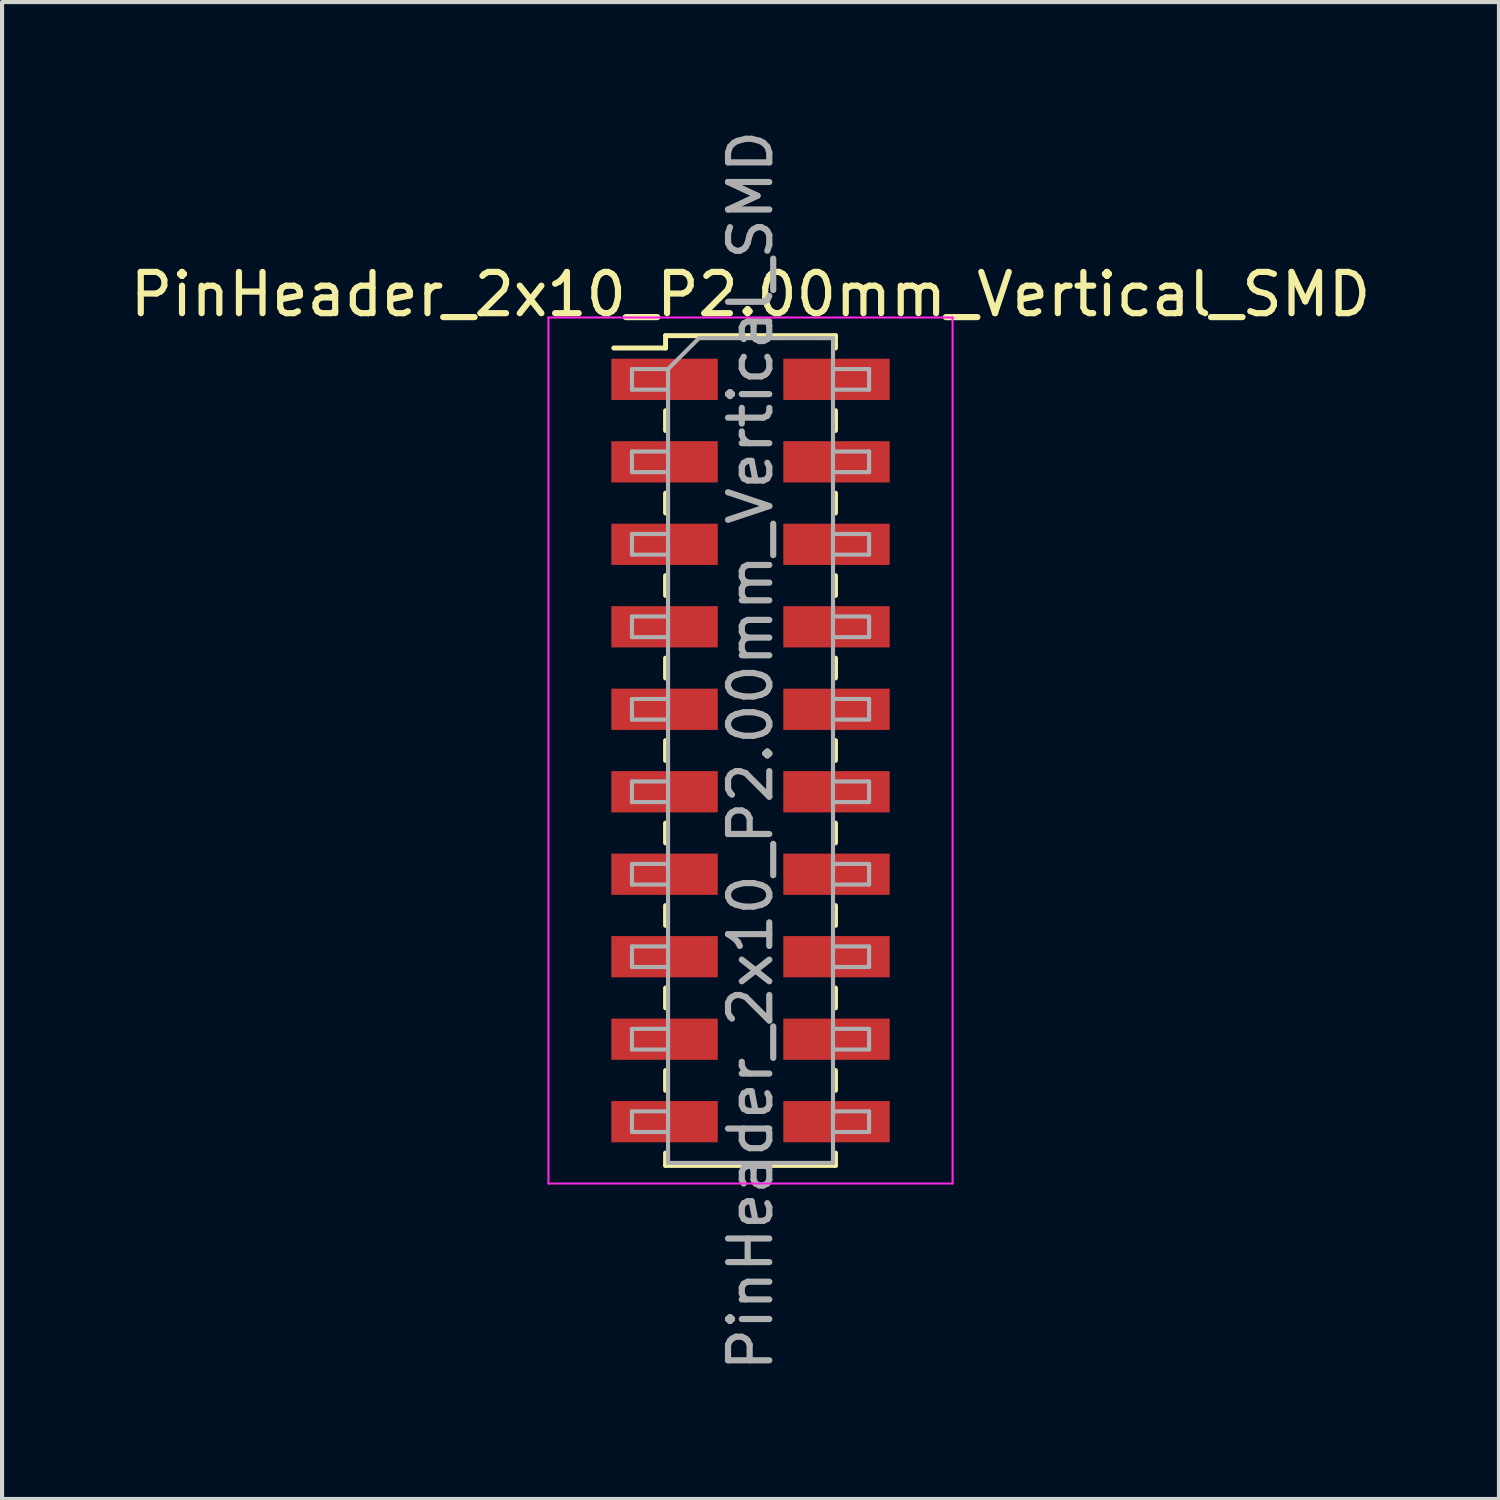
<source format=kicad_pcb>
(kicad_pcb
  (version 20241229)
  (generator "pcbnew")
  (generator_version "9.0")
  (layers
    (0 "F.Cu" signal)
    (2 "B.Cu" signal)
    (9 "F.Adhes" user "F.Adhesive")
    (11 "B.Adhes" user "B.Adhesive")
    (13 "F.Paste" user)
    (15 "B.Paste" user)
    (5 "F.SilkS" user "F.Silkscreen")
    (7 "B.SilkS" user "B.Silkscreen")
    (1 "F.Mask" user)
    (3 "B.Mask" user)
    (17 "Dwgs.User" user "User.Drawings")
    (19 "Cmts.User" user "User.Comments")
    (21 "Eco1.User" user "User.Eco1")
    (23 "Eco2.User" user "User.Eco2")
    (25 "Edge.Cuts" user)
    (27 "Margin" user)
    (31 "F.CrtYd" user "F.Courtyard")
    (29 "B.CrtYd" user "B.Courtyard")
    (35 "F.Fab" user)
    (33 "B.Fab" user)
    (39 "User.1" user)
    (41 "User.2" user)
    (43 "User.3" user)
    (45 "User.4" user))
  (footprint "PinHeader_2x10_P2.00mm_Vertical_SMD"
    (layer "F.Cu")
    (at 15.149 15.149)
    (property "Reference" "PinHeader_2x10_P2.00mm_Vertical_SMD" (at 0 -11.06 0) (layer "F.SilkS") (effects (font (size 1 1) (thickness 0.15))))
    (attr smd)
    (fp_line (start -3.315 -9.76) (end -2.06 -9.76) (stroke (width 0.12) (type solid)) (layer "F.SilkS"))
    (fp_line (start -2.06 -10.06) (end -2.06 -9.76) (stroke (width 0.12) (type solid)) (layer "F.SilkS"))
    (fp_line (start -2.06 -10.06) (end 2.06 -10.06) (stroke (width 0.12) (type solid)) (layer "F.SilkS"))
    (fp_line (start -2.06 -8.24) (end -2.06 -7.76) (stroke (width 0.12) (type solid)) (layer "F.SilkS"))
    (fp_line (start -2.06 -6.24) (end -2.06 -5.76) (stroke (width 0.12) (type solid)) (layer "F.SilkS"))
    (fp_line (start -2.06 -4.24) (end -2.06 -3.76) (stroke (width 0.12) (type solid)) (layer "F.SilkS"))
    (fp_line (start -2.06 -2.24) (end -2.06 -1.76) (stroke (width 0.12) (type solid)) (layer "F.SilkS"))
    (fp_line (start -2.06 -0.24) (end -2.06 0.24) (stroke (width 0.12) (type solid)) (layer "F.SilkS"))
    (fp_line (start -2.06 1.76) (end -2.06 2.24) (stroke (width 0.12) (type solid)) (layer "F.SilkS"))
    (fp_line (start -2.06 3.76) (end -2.06 4.24) (stroke (width 0.12) (type solid)) (layer "F.SilkS"))
    (fp_line (start -2.06 5.76) (end -2.06 6.24) (stroke (width 0.12) (type solid)) (layer "F.SilkS"))
    (fp_line (start -2.06 7.76) (end -2.06 8.24) (stroke (width 0.12) (type solid)) (layer "F.SilkS"))
    (fp_line (start -2.06 9.76) (end -2.06 10.06) (stroke (width 0.12) (type solid)) (layer "F.SilkS"))
    (fp_line (start -2.06 10.06) (end 2.06 10.06) (stroke (width 0.12) (type solid)) (layer "F.SilkS"))
    (fp_line (start 2.06 -10.06) (end 2.06 -9.76) (stroke (width 0.12) (type solid)) (layer "F.SilkS"))
    (fp_line (start 2.06 -8.24) (end 2.06 -7.76) (stroke (width 0.12) (type solid)) (layer "F.SilkS"))
    (fp_line (start 2.06 -6.24) (end 2.06 -5.76) (stroke (width 0.12) (type solid)) (layer "F.SilkS"))
    (fp_line (start 2.06 -4.24) (end 2.06 -3.76) (stroke (width 0.12) (type solid)) (layer "F.SilkS"))
    (fp_line (start 2.06 -2.24) (end 2.06 -1.76) (stroke (width 0.12) (type solid)) (layer "F.SilkS"))
    (fp_line (start 2.06 -0.24) (end 2.06 0.24) (stroke (width 0.12) (type solid)) (layer "F.SilkS"))
    (fp_line (start 2.06 1.76) (end 2.06 2.24) (stroke (width 0.12) (type solid)) (layer "F.SilkS"))
    (fp_line (start 2.06 3.76) (end 2.06 4.24) (stroke (width 0.12) (type solid)) (layer "F.SilkS"))
    (fp_line (start 2.06 5.76) (end 2.06 6.24) (stroke (width 0.12) (type solid)) (layer "F.SilkS"))
    (fp_line (start 2.06 7.76) (end 2.06 8.24) (stroke (width 0.12) (type solid)) (layer "F.SilkS"))
    (fp_line (start 2.06 9.76) (end 2.06 10.06) (stroke (width 0.12) (type solid)) (layer "F.SilkS"))
    (fp_line (start -4.9 -10.5) (end -4.9 10.5) (stroke (width 0.05) (type solid)) (layer "F.CrtYd"))
    (fp_line (start -4.9 10.5) (end 4.9 10.5) (stroke (width 0.05) (type solid)) (layer "F.CrtYd"))
    (fp_line (start 4.9 -10.5) (end -4.9 -10.5) (stroke (width 0.05) (type solid)) (layer "F.CrtYd"))
    (fp_line (start 4.9 10.5) (end 4.9 -10.5) (stroke (width 0.05) (type solid)) (layer "F.CrtYd"))
    (fp_line (start -2.875 -9.25) (end -2.875 -8.75) (stroke (width 0.1) (type solid)) (layer "F.Fab"))
    (fp_line (start -2.875 -8.75) (end -2 -8.75) (stroke (width 0.1) (type solid)) (layer "F.Fab"))
    (fp_line (start -2.875 -7.25) (end -2.875 -6.75) (stroke (width 0.1) (type solid)) (layer "F.Fab"))
    (fp_line (start -2.875 -6.75) (end -2 -6.75) (stroke (width 0.1) (type solid)) (layer "F.Fab"))
    (fp_line (start -2.875 -5.25) (end -2.875 -4.75) (stroke (width 0.1) (type solid)) (layer "F.Fab"))
    (fp_line (start -2.875 -4.75) (end -2 -4.75) (stroke (width 0.1) (type solid)) (layer "F.Fab"))
    (fp_line (start -2.875 -3.25) (end -2.875 -2.75) (stroke (width 0.1) (type solid)) (layer "F.Fab"))
    (fp_line (start -2.875 -2.75) (end -2 -2.75) (stroke (width 0.1) (type solid)) (layer "F.Fab"))
    (fp_line (start -2.875 -1.25) (end -2.875 -0.75) (stroke (width 0.1) (type solid)) (layer "F.Fab"))
    (fp_line (start -2.875 -0.75) (end -2 -0.75) (stroke (width 0.1) (type solid)) (layer "F.Fab"))
    (fp_line (start -2.875 0.75) (end -2.875 1.25) (stroke (width 0.1) (type solid)) (layer "F.Fab"))
    (fp_line (start -2.875 1.25) (end -2 1.25) (stroke (width 0.1) (type solid)) (layer "F.Fab"))
    (fp_line (start -2.875 2.75) (end -2.875 3.25) (stroke (width 0.1) (type solid)) (layer "F.Fab"))
    (fp_line (start -2.875 3.25) (end -2 3.25) (stroke (width 0.1) (type solid)) (layer "F.Fab"))
    (fp_line (start -2.875 4.75) (end -2.875 5.25) (stroke (width 0.1) (type solid)) (layer "F.Fab"))
    (fp_line (start -2.875 5.25) (end -2 5.25) (stroke (width 0.1) (type solid)) (layer "F.Fab"))
    (fp_line (start -2.875 6.75) (end -2.875 7.25) (stroke (width 0.1) (type solid)) (layer "F.Fab"))
    (fp_line (start -2.875 7.25) (end -2 7.25) (stroke (width 0.1) (type solid)) (layer "F.Fab"))
    (fp_line (start -2.875 8.75) (end -2.875 9.25) (stroke (width 0.1) (type solid)) (layer "F.Fab"))
    (fp_line (start -2.875 9.25) (end -2 9.25) (stroke (width 0.1) (type solid)) (layer "F.Fab"))
    (fp_line (start -2 -9.25) (end -2.875 -9.25) (stroke (width 0.1) (type solid)) (layer "F.Fab"))
    (fp_line (start -2 -9.25) (end -1.25 -10) (stroke (width 0.1) (type solid)) (layer "F.Fab"))
    (fp_line (start -2 -7.25) (end -2.875 -7.25) (stroke (width 0.1) (type solid)) (layer "F.Fab"))
    (fp_line (start -2 -5.25) (end -2.875 -5.25) (stroke (width 0.1) (type solid)) (layer "F.Fab"))
    (fp_line (start -2 -3.25) (end -2.875 -3.25) (stroke (width 0.1) (type solid)) (layer "F.Fab"))
    (fp_line (start -2 -1.25) (end -2.875 -1.25) (stroke (width 0.1) (type solid)) (layer "F.Fab"))
    (fp_line (start -2 0.75) (end -2.875 0.75) (stroke (width 0.1) (type solid)) (layer "F.Fab"))
    (fp_line (start -2 2.75) (end -2.875 2.75) (stroke (width 0.1) (type solid)) (layer "F.Fab"))
    (fp_line (start -2 4.75) (end -2.875 4.75) (stroke (width 0.1) (type solid)) (layer "F.Fab"))
    (fp_line (start -2 6.75) (end -2.875 6.75) (stroke (width 0.1) (type solid)) (layer "F.Fab"))
    (fp_line (start -2 8.75) (end -2.875 8.75) (stroke (width 0.1) (type solid)) (layer "F.Fab"))
    (fp_line (start -2 10) (end -2 -9.25) (stroke (width 0.1) (type solid)) (layer "F.Fab"))
    (fp_line (start -1.25 -10) (end 2 -10) (stroke (width 0.1) (type solid)) (layer "F.Fab"))
    (fp_line (start 2 -10) (end 2 10) (stroke (width 0.1) (type solid)) (layer "F.Fab"))
    (fp_line (start 2 -9.25) (end 2.875 -9.25) (stroke (width 0.1) (type solid)) (layer "F.Fab"))
    (fp_line (start 2 -7.25) (end 2.875 -7.25) (stroke (width 0.1) (type solid)) (layer "F.Fab"))
    (fp_line (start 2 -5.25) (end 2.875 -5.25) (stroke (width 0.1) (type solid)) (layer "F.Fab"))
    (fp_line (start 2 -3.25) (end 2.875 -3.25) (stroke (width 0.1) (type solid)) (layer "F.Fab"))
    (fp_line (start 2 -1.25) (end 2.875 -1.25) (stroke (width 0.1) (type solid)) (layer "F.Fab"))
    (fp_line (start 2 0.75) (end 2.875 0.75) (stroke (width 0.1) (type solid)) (layer "F.Fab"))
    (fp_line (start 2 2.75) (end 2.875 2.75) (stroke (width 0.1) (type solid)) (layer "F.Fab"))
    (fp_line (start 2 4.75) (end 2.875 4.75) (stroke (width 0.1) (type solid)) (layer "F.Fab"))
    (fp_line (start 2 6.75) (end 2.875 6.75) (stroke (width 0.1) (type solid)) (layer "F.Fab"))
    (fp_line (start 2 8.75) (end 2.875 8.75) (stroke (width 0.1) (type solid)) (layer "F.Fab"))
    (fp_line (start 2 10) (end -2 10) (stroke (width 0.1) (type solid)) (layer "F.Fab"))
    (fp_line (start 2.875 -9.25) (end 2.875 -8.75) (stroke (width 0.1) (type solid)) (layer "F.Fab"))
    (fp_line (start 2.875 -8.75) (end 2 -8.75) (stroke (width 0.1) (type solid)) (layer "F.Fab"))
    (fp_line (start 2.875 -7.25) (end 2.875 -6.75) (stroke (width 0.1) (type solid)) (layer "F.Fab"))
    (fp_line (start 2.875 -6.75) (end 2 -6.75) (stroke (width 0.1) (type solid)) (layer "F.Fab"))
    (fp_line (start 2.875 -5.25) (end 2.875 -4.75) (stroke (width 0.1) (type solid)) (layer "F.Fab"))
    (fp_line (start 2.875 -4.75) (end 2 -4.75) (stroke (width 0.1) (type solid)) (layer "F.Fab"))
    (fp_line (start 2.875 -3.25) (end 2.875 -2.75) (stroke (width 0.1) (type solid)) (layer "F.Fab"))
    (fp_line (start 2.875 -2.75) (end 2 -2.75) (stroke (width 0.1) (type solid)) (layer "F.Fab"))
    (fp_line (start 2.875 -1.25) (end 2.875 -0.75) (stroke (width 0.1) (type solid)) (layer "F.Fab"))
    (fp_line (start 2.875 -0.75) (end 2 -0.75) (stroke (width 0.1) (type solid)) (layer "F.Fab"))
    (fp_line (start 2.875 0.75) (end 2.875 1.25) (stroke (width 0.1) (type solid)) (layer "F.Fab"))
    (fp_line (start 2.875 1.25) (end 2 1.25) (stroke (width 0.1) (type solid)) (layer "F.Fab"))
    (fp_line (start 2.875 2.75) (end 2.875 3.25) (stroke (width 0.1) (type solid)) (layer "F.Fab"))
    (fp_line (start 2.875 3.25) (end 2 3.25) (stroke (width 0.1) (type solid)) (layer "F.Fab"))
    (fp_line (start 2.875 4.75) (end 2.875 5.25) (stroke (width 0.1) (type solid)) (layer "F.Fab"))
    (fp_line (start 2.875 5.25) (end 2 5.25) (stroke (width 0.1) (type solid)) (layer "F.Fab"))
    (fp_line (start 2.875 6.75) (end 2.875 7.25) (stroke (width 0.1) (type solid)) (layer "F.Fab"))
    (fp_line (start 2.875 7.25) (end 2 7.25) (stroke (width 0.1) (type solid)) (layer "F.Fab"))
    (fp_line (start 2.875 8.75) (end 2.875 9.25) (stroke (width 0.1) (type solid)) (layer "F.Fab"))
    (fp_line (start 2.875 9.25) (end 2 9.25) (stroke (width 0.1) (type solid)) (layer "F.Fab"))
    (fp_text user "${REFERENCE}" (at 0 0 90) (layer "F.Fab") (effects (font (size 1 1) (thickness 0.15))))
    (pad "1" smd rect (at -2.085 -9) (size 2.58 1) (layers "F.Cu" "F.Mask" "F.Paste"))
    (pad "2" smd rect (at 2.085 -9) (size 2.58 1) (layers "F.Cu" "F.Mask" "F.Paste"))
    (pad "3" smd rect (at -2.085 -7) (size 2.58 1) (layers "F.Cu" "F.Mask" "F.Paste"))
    (pad "4" smd rect (at 2.085 -7) (size 2.58 1) (layers "F.Cu" "F.Mask" "F.Paste"))
    (pad "5" smd rect (at -2.085 -5) (size 2.58 1) (layers "F.Cu" "F.Mask" "F.Paste"))
    (pad "6" smd rect (at 2.085 -5) (size 2.58 1) (layers "F.Cu" "F.Mask" "F.Paste"))
    (pad "7" smd rect (at -2.085 -3) (size 2.58 1) (layers "F.Cu" "F.Mask" "F.Paste"))
    (pad "8" smd rect (at 2.085 -3) (size 2.58 1) (layers "F.Cu" "F.Mask" "F.Paste"))
    (pad "9" smd rect (at -2.085 -1) (size 2.58 1) (layers "F.Cu" "F.Mask" "F.Paste"))
    (pad "10" smd rect (at 2.085 -1) (size 2.58 1) (layers "F.Cu" "F.Mask" "F.Paste"))
    (pad "11" smd rect (at -2.085 1) (size 2.58 1) (layers "F.Cu" "F.Mask" "F.Paste"))
    (pad "12" smd rect (at 2.085 1) (size 2.58 1) (layers "F.Cu" "F.Mask" "F.Paste"))
    (pad "13" smd rect (at -2.085 3) (size 2.58 1) (layers "F.Cu" "F.Mask" "F.Paste"))
    (pad "14" smd rect (at 2.085 3) (size 2.58 1) (layers "F.Cu" "F.Mask" "F.Paste"))
    (pad "15" smd rect (at -2.085 5) (size 2.58 1) (layers "F.Cu" "F.Mask" "F.Paste"))
    (pad "16" smd rect (at 2.085 5) (size 2.58 1) (layers "F.Cu" "F.Mask" "F.Paste"))
    (pad "17" smd rect (at -2.085 7) (size 2.58 1) (layers "F.Cu" "F.Mask" "F.Paste"))
    (pad "18" smd rect (at 2.085 7) (size 2.58 1) (layers "F.Cu" "F.Mask" "F.Paste"))
    (pad "19" smd rect (at -2.085 9) (size 2.58 1) (layers "F.Cu" "F.Mask" "F.Paste"))
    (pad "20" smd rect (at 2.085 9) (size 2.58 1) (layers "F.Cu" "F.Mask" "F.Paste")))
  (gr_rect
    (start -3 -3)
    (end 33.298 33.298)
    (stroke (width 0.1) (type default))
    (fill no)
    (layer "Edge.Cuts")))
</source>
